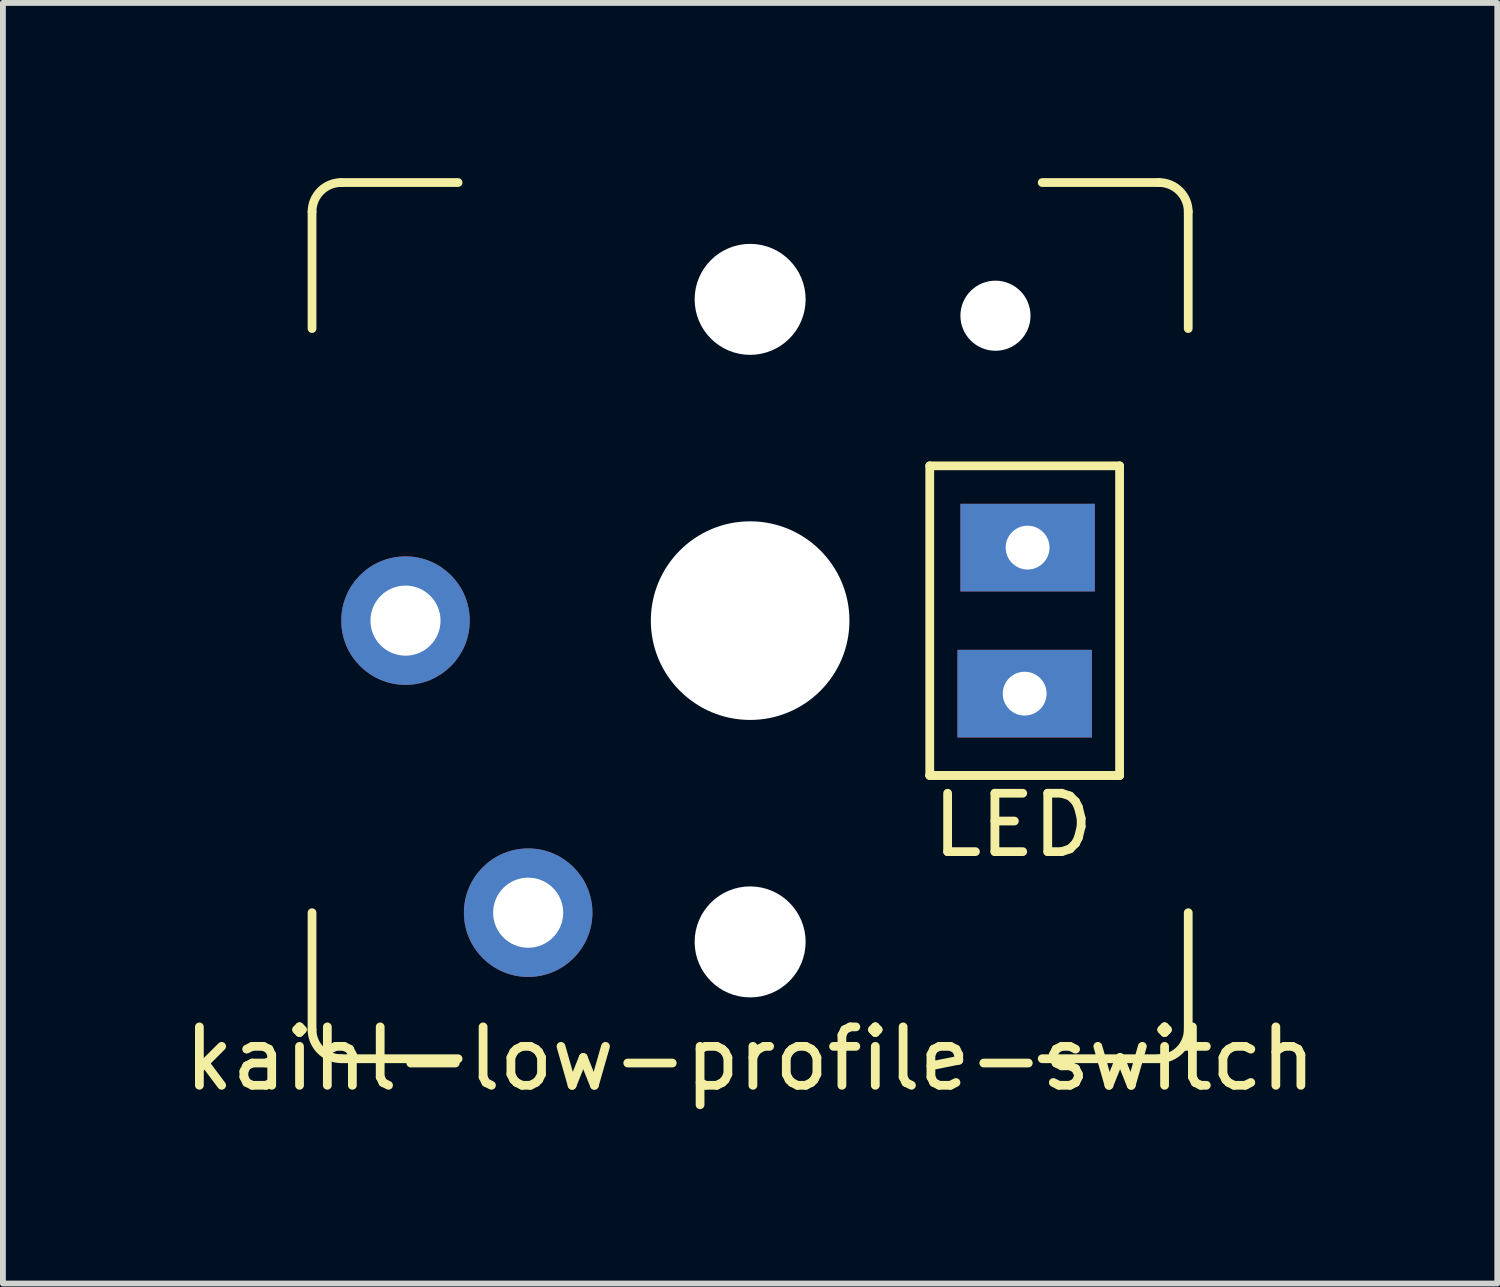
<source format=kicad_pcb>
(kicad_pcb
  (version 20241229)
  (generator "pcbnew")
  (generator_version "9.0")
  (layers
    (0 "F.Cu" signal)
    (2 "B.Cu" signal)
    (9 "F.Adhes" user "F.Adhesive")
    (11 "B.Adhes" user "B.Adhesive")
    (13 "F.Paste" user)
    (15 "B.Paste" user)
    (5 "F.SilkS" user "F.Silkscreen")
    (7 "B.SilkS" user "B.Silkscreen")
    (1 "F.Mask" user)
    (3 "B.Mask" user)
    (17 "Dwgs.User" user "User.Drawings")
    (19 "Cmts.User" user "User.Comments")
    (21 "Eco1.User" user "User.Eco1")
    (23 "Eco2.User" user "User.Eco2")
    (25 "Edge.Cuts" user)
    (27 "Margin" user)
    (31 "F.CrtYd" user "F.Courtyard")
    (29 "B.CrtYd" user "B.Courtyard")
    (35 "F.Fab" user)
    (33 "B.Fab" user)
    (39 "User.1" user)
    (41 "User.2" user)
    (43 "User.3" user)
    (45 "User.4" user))
  (footprint "kaihl-low-profile-switch"
    (layer "F.Cu")
    (at 9.792 7.575)
    (property "Reference" "kaihl-low-profile-switch" (at 0 7.5 0) (layer "F.SilkS") (effects (font (size 1 1) (thickness 0.15))))
    (attr through_hole)
    (fp_line (start -7.5 -7) (end -7.5 -5) (stroke (width 0.15) (type solid)) (layer "F.SilkS"))
    (fp_line (start -7.5 7) (end -7.5 5) (stroke (width 0.15) (type solid)) (layer "F.SilkS"))
    (fp_line (start -7 -7.5) (end -5 -7.5) (stroke (width 0.15) (type solid)) (layer "F.SilkS"))
    (fp_line (start -7 7.5) (end -5 7.5) (stroke (width 0.15) (type solid)) (layer "F.SilkS"))
    (fp_line (start 3.075 -2.65) (end 3.075 2.65) (stroke (width 0.15) (type solid)) (layer "F.SilkS"))
    (fp_line (start 3.075 -2.65) (end 6.325 -2.65) (stroke (width 0.15) (type solid)) (layer "F.SilkS"))
    (fp_line (start 3.075 2.65) (end 6.325 2.65) (stroke (width 0.15) (type solid)) (layer "F.SilkS"))
    (fp_line (start 3.075 2.65) (end 6.325 2.65) (stroke (width 0.15) (type solid)) (layer "F.SilkS"))
    (fp_line (start 6.325 -2.65) (end 6.325 2.65) (stroke (width 0.15) (type solid)) (layer "F.SilkS"))
    (fp_line (start 7 -7.5) (end 5 -7.5) (stroke (width 0.15) (type solid)) (layer "F.SilkS"))
    (fp_line (start 7 7.5) (end 5 7.5) (stroke (width 0.15) (type solid)) (layer "F.SilkS"))
    (fp_line (start 7.5 -7) (end 7.5 -5) (stroke (width 0.15) (type solid)) (layer "F.SilkS"))
    (fp_line (start 7.5 7) (end 7.5 5) (stroke (width 0.15) (type solid)) (layer "F.SilkS"))
    (fp_arc (start -7.5 -7) (mid -7.353553 -7.353553) (end -7 -7.5) (stroke (width 0.15) (type solid)) (layer "F.SilkS"))
    (fp_arc (start -7 7.5) (mid -7.353553 7.353553) (end -7.5 7) (stroke (width 0.15) (type solid)) (layer "F.SilkS"))
    (fp_arc (start 7 -7.5) (mid 7.353553 -7.353553) (end 7.5 -7) (stroke (width 0.15) (type solid)) (layer "F.SilkS"))
    (fp_arc (start 7.5 7) (mid 7.353553 7.353553) (end 7 7.5) (stroke (width 0.15) (type solid)) (layer "F.SilkS"))
    (fp_text user "LED" (at 4.5 3.5 0) (layer "F.SilkS") (effects (font (size 1 1) (thickness 0.15))))
    (pad "" np_thru_hole circle (at 0 -5.5) (size 1.9 1.9) (drill 1.9) (layers "*.Cu" "*.Mask"))
    (pad "" np_thru_hole circle (at 0 0) (size 3.4 3.4) (drill 3.4) (layers "*.Cu" "*.Mask"))
    (pad "" np_thru_hole circle (at 0 5.5) (size 1.9 1.9) (drill 1.9) (layers "*.Cu" "*.Mask"))
    (pad "" np_thru_hole circle (at 4.2 -5.22) (size 1.2 1.2) (drill 1.2) (layers "*.Cu" "*.Mask"))
    (pad "1" thru_hole circle (at -5.9 0) (size 2.2 2.2) (drill 1.2) (layers "*.Cu" "*.Mask"))
    (pad "2" thru_hole circle (at -3.8 5) (size 2.2 2.2) (drill 1.2) (layers "*.Cu" "*.Mask"))
    (pad "3" thru_hole rect (at 4.75 -1.25) (size 2.3 1.5) (drill 0.75) (layers "*.Cu" "*.Mask"))
    (pad "4" thru_hole rect (at 4.7 1.25) (size 2.3 1.5) (drill 0.75) (layers "*.Cu" "*.Mask")))
  (gr_rect
    (start -3 -3)
    (end 22.583 18.923)
    (stroke (width 0.1) (type default))
    (fill no)
    (layer "Edge.Cuts")))
</source>
